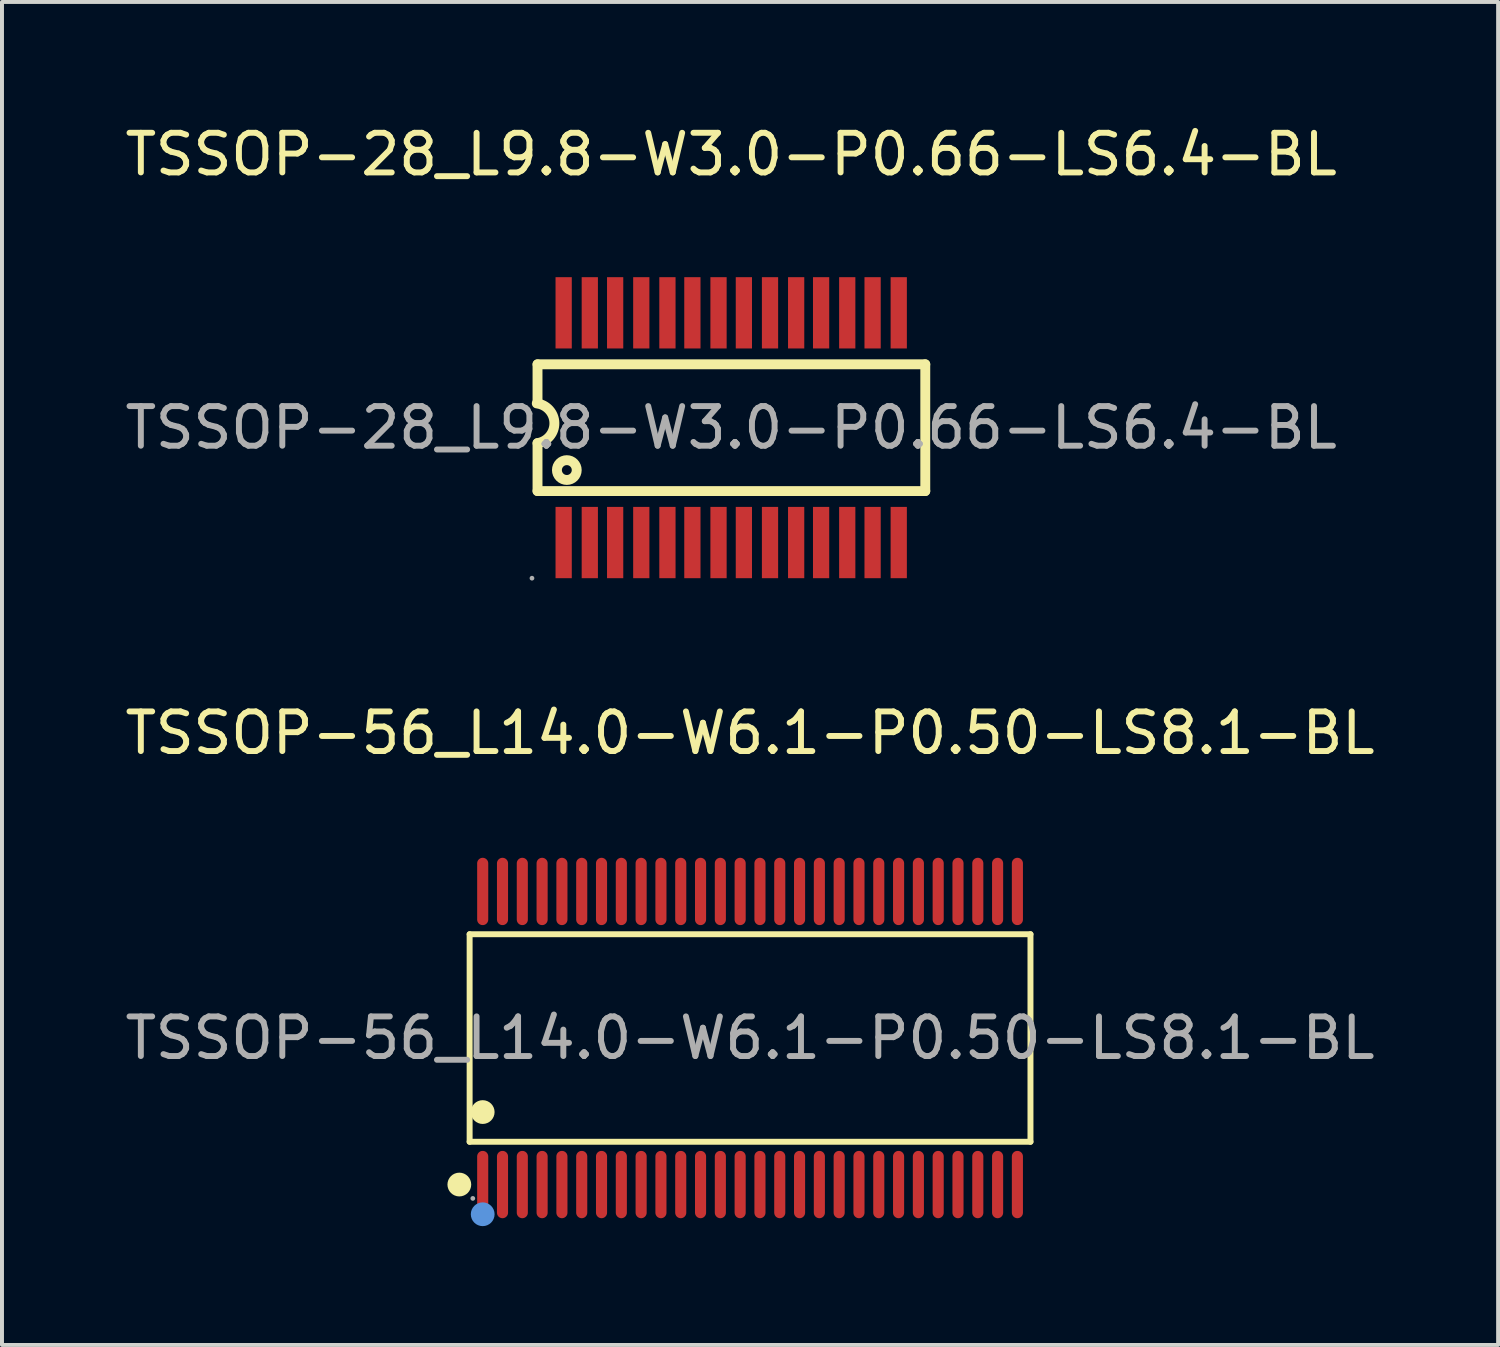
<source format=kicad_pcb>
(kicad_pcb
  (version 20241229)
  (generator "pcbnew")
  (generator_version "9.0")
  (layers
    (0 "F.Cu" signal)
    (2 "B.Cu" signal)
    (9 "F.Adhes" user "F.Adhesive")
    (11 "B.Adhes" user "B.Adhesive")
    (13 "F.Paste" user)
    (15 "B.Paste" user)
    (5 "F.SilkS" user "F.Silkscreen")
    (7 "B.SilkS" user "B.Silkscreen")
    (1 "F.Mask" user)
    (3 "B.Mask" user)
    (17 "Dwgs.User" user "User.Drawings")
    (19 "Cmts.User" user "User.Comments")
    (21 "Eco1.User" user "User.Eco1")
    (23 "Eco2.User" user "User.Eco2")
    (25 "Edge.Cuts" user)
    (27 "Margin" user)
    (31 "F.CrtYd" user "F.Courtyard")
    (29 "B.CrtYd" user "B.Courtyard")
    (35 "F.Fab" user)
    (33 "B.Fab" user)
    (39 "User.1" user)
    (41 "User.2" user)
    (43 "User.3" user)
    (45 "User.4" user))
  (footprint "TSSOP-56_L14.0-W6.1-P0.50-LS8.1-BL"
    (layer "F.Cu")
    (at 15.887 23.157)
    (property "Reference" "TSSOP-56_L14.0-W6.1-P0.50-LS8.1-BL" (at 0 -7.7 0) (layer "F.SilkS") (effects (font (size 1 1) (thickness 0.15))))
    (attr through_hole)
    (fp_line (start -7.08 -2.62) (end 7.08 -2.62) (stroke (width 0.15) (type solid)) (layer "F.SilkS"))
    (fp_line (start -7.08 2.62) (end -7.08 -2.62) (stroke (width 0.15) (type solid)) (layer "F.SilkS"))
    (fp_line (start 7.08 -2.62) (end 7.08 2.62) (stroke (width 0.15) (type solid)) (layer "F.SilkS"))
    (fp_line (start 7.08 2.62) (end -7.08 2.62) (stroke (width 0.15) (type solid)) (layer "F.SilkS"))
    (fp_circle (center -7.34 3.7) (end -7.19 3.7) (stroke (width 0.3) (type solid)) (fill no) (layer "F.SilkS"))
    (fp_circle (center -6.75 1.87) (end -6.6 1.87) (stroke (width 0.3) (type solid)) (fill no) (layer "F.SilkS"))
    (fp_circle (center -6.75 4.45) (end -6.6 4.45) (stroke (width 0.3) (type solid)) (fill no) (layer "Cmts.User"))
    (fp_circle (center -7 4.05) (end -6.97 4.05) (stroke (width 0.06) (type solid)) (fill no) (layer "F.Fab"))
    (fp_text user "${REFERENCE}" (at 0 0 0) (layer "F.Fab") (effects (font (size 1 1) (thickness 0.15))))
    (pad "1" smd oval (at -6.75 3.7) (size 0.28 1.7) (layers "F.Cu" "F.Mask" "F.Paste"))
    (pad "2" smd oval (at -6.25 3.7) (size 0.28 1.7) (layers "F.Cu" "F.Mask" "F.Paste"))
    (pad "3" smd oval (at -5.75 3.7) (size 0.28 1.7) (layers "F.Cu" "F.Mask" "F.Paste"))
    (pad "4" smd oval (at -5.25 3.7) (size 0.28 1.7) (layers "F.Cu" "F.Mask" "F.Paste"))
    (pad "5" smd oval (at -4.75 3.7) (size 0.28 1.7) (layers "F.Cu" "F.Mask" "F.Paste"))
    (pad "6" smd oval (at -4.25 3.7) (size 0.28 1.7) (layers "F.Cu" "F.Mask" "F.Paste"))
    (pad "7" smd oval (at -3.75 3.7) (size 0.28 1.7) (layers "F.Cu" "F.Mask" "F.Paste"))
    (pad "8" smd oval (at -3.25 3.7) (size 0.28 1.7) (layers "F.Cu" "F.Mask" "F.Paste"))
    (pad "9" smd oval (at -2.75 3.7) (size 0.28 1.7) (layers "F.Cu" "F.Mask" "F.Paste"))
    (pad "10" smd oval (at -2.25 3.7) (size 0.28 1.7) (layers "F.Cu" "F.Mask" "F.Paste"))
    (pad "11" smd oval (at -1.75 3.7) (size 0.28 1.7) (layers "F.Cu" "F.Mask" "F.Paste"))
    (pad "12" smd oval (at -1.25 3.7) (size 0.28 1.7) (layers "F.Cu" "F.Mask" "F.Paste"))
    (pad "13" smd oval (at -0.75 3.7) (size 0.28 1.7) (layers "F.Cu" "F.Mask" "F.Paste"))
    (pad "14" smd oval (at -0.25 3.7) (size 0.28 1.7) (layers "F.Cu" "F.Mask" "F.Paste"))
    (pad "15" smd oval (at 0.25 3.7) (size 0.28 1.7) (layers "F.Cu" "F.Mask" "F.Paste"))
    (pad "16" smd oval (at 0.75 3.7) (size 0.28 1.7) (layers "F.Cu" "F.Mask" "F.Paste"))
    (pad "17" smd oval (at 1.25 3.7) (size 0.28 1.7) (layers "F.Cu" "F.Mask" "F.Paste"))
    (pad "18" smd oval (at 1.75 3.7) (size 0.28 1.7) (layers "F.Cu" "F.Mask" "F.Paste"))
    (pad "19" smd oval (at 2.25 3.7) (size 0.28 1.7) (layers "F.Cu" "F.Mask" "F.Paste"))
    (pad "20" smd oval (at 2.75 3.7) (size 0.28 1.7) (layers "F.Cu" "F.Mask" "F.Paste"))
    (pad "21" smd oval (at 3.25 3.7) (size 0.28 1.7) (layers "F.Cu" "F.Mask" "F.Paste"))
    (pad "22" smd oval (at 3.75 3.7) (size 0.28 1.7) (layers "F.Cu" "F.Mask" "F.Paste"))
    (pad "23" smd oval (at 4.25 3.7) (size 0.28 1.7) (layers "F.Cu" "F.Mask" "F.Paste"))
    (pad "24" smd oval (at 4.75 3.7) (size 0.28 1.7) (layers "F.Cu" "F.Mask" "F.Paste"))
    (pad "25" smd oval (at 5.25 3.7) (size 0.28 1.7) (layers "F.Cu" "F.Mask" "F.Paste"))
    (pad "26" smd oval (at 5.75 3.7) (size 0.28 1.7) (layers "F.Cu" "F.Mask" "F.Paste"))
    (pad "27" smd oval (at 6.25 3.7) (size 0.28 1.7) (layers "F.Cu" "F.Mask" "F.Paste"))
    (pad "28" smd oval (at 6.75 3.7) (size 0.28 1.7) (layers "F.Cu" "F.Mask" "F.Paste"))
    (pad "29" smd oval (at 6.75 -3.7) (size 0.28 1.7) (layers "F.Cu" "F.Mask" "F.Paste"))
    (pad "30" smd oval (at 6.25 -3.7) (size 0.28 1.7) (layers "F.Cu" "F.Mask" "F.Paste"))
    (pad "31" smd oval (at 5.75 -3.7) (size 0.28 1.7) (layers "F.Cu" "F.Mask" "F.Paste"))
    (pad "32" smd oval (at 5.25 -3.7) (size 0.28 1.7) (layers "F.Cu" "F.Mask" "F.Paste"))
    (pad "33" smd oval (at 4.75 -3.7) (size 0.28 1.7) (layers "F.Cu" "F.Mask" "F.Paste"))
    (pad "34" smd oval (at 4.25 -3.7) (size 0.28 1.7) (layers "F.Cu" "F.Mask" "F.Paste"))
    (pad "35" smd oval (at 3.75 -3.7) (size 0.28 1.7) (layers "F.Cu" "F.Mask" "F.Paste"))
    (pad "36" smd oval (at 3.25 -3.7) (size 0.28 1.7) (layers "F.Cu" "F.Mask" "F.Paste"))
    (pad "37" smd oval (at 2.75 -3.7) (size 0.28 1.7) (layers "F.Cu" "F.Mask" "F.Paste"))
    (pad "38" smd oval (at 2.25 -3.7) (size 0.28 1.7) (layers "F.Cu" "F.Mask" "F.Paste"))
    (pad "39" smd oval (at 1.75 -3.7) (size 0.28 1.7) (layers "F.Cu" "F.Mask" "F.Paste"))
    (pad "40" smd oval (at 1.25 -3.7) (size 0.28 1.7) (layers "F.Cu" "F.Mask" "F.Paste"))
    (pad "41" smd oval (at 0.75 -3.7) (size 0.28 1.7) (layers "F.Cu" "F.Mask" "F.Paste"))
    (pad "42" smd oval (at 0.25 -3.7) (size 0.28 1.7) (layers "F.Cu" "F.Mask" "F.Paste"))
    (pad "43" smd oval (at -0.25 -3.7) (size 0.28 1.7) (layers "F.Cu" "F.Mask" "F.Paste"))
    (pad "44" smd oval (at -0.75 -3.7) (size 0.28 1.7) (layers "F.Cu" "F.Mask" "F.Paste"))
    (pad "45" smd oval (at -1.25 -3.7) (size 0.28 1.7) (layers "F.Cu" "F.Mask" "F.Paste"))
    (pad "46" smd oval (at -1.75 -3.7) (size 0.28 1.7) (layers "F.Cu" "F.Mask" "F.Paste"))
    (pad "47" smd oval (at -2.25 -3.7) (size 0.28 1.7) (layers "F.Cu" "F.Mask" "F.Paste"))
    (pad "48" smd oval (at -2.75 -3.7) (size 0.28 1.7) (layers "F.Cu" "F.Mask" "F.Paste"))
    (pad "49" smd oval (at -3.25 -3.7) (size 0.28 1.7) (layers "F.Cu" "F.Mask" "F.Paste"))
    (pad "50" smd oval (at -3.75 -3.7) (size 0.28 1.7) (layers "F.Cu" "F.Mask" "F.Paste"))
    (pad "51" smd oval (at -4.25 -3.7) (size 0.28 1.7) (layers "F.Cu" "F.Mask" "F.Paste"))
    (pad "52" smd oval (at -4.75 -3.7) (size 0.28 1.7) (layers "F.Cu" "F.Mask" "F.Paste"))
    (pad "53" smd oval (at -5.25 -3.7) (size 0.28 1.7) (layers "F.Cu" "F.Mask" "F.Paste"))
    (pad "54" smd oval (at -5.75 -3.7) (size 0.28 1.7) (layers "F.Cu" "F.Mask" "F.Paste"))
    (pad "55" smd oval (at -6.25 -3.7) (size 0.28 1.7) (layers "F.Cu" "F.Mask" "F.Paste"))
    (pad "56" smd oval (at -6.75 -3.7) (size 0.28 1.7) (layers "F.Cu" "F.Mask" "F.Paste")))
  (footprint "TSSOP-28_L9.8-W3.0-P0.66-LS6.4-BL"
    (layer "F.Cu")
    (at 15.411 7.748)
    (property "Reference" "TSSOP-28_L9.8-W3.0-P0.66-LS6.4-BL" (at 0 -6.9 0) (layer "F.SilkS") (effects (font (size 1 1) (thickness 0.15))))
    (attr through_hole)
    (fp_line (start -4.89 -1.6) (end -4.89 -0.62) (stroke (width 0.25) (type solid)) (layer "F.SilkS"))
    (fp_line (start -4.89 1.6) (end -4.89 0.39) (stroke (width 0.25) (type solid)) (layer "F.SilkS"))
    (fp_line (start 4.9 -1.6) (end -4.89 -1.6) (stroke (width 0.25) (type solid)) (layer "F.SilkS"))
    (fp_line (start 4.9 1.6) (end -4.89 1.6) (stroke (width 0.25) (type solid)) (layer "F.SilkS"))
    (fp_line (start 4.9 1.6) (end 4.9 -1.6) (stroke (width 0.25) (type solid)) (layer "F.SilkS"))
    (fp_arc (start -4.908556 -0.612618) (mid -4.463727 -0.11937) (end -4.89 0.39) (stroke (width 0.25) (type solid)) (layer "F.SilkS"))
    (fp_circle (center -4.15 1.07) (end -3.9 1.07) (stroke (width 0.25) (type solid)) (fill no) (layer "F.SilkS"))
    (fp_circle (center -5.03 3.8) (end -5 3.8) (stroke (width 0.06) (type solid)) (fill no) (layer "F.Fab"))
    (fp_text user "${REFERENCE}" (at 0 0 0) (layer "F.Fab") (effects (font (size 1 1) (thickness 0.15))))
    (pad "1" smd rect (at -4.23 2.9 90) (size 1.8 0.41) (layers "F.Cu" "F.Mask" "F.Paste"))
    (pad "2" smd rect (at -3.57 2.9 90) (size 1.8 0.41) (layers "F.Cu" "F.Mask" "F.Paste"))
    (pad "3" smd rect (at -2.93 2.9 90) (size 1.8 0.41) (layers "F.Cu" "F.Mask" "F.Paste"))
    (pad "4" smd rect (at -2.27 2.9 90) (size 1.8 0.41) (layers "F.Cu" "F.Mask" "F.Paste"))
    (pad "5" smd rect (at -1.61 2.9 90) (size 1.8 0.41) (layers "F.Cu" "F.Mask" "F.Paste"))
    (pad "6" smd rect (at -0.98 2.9 90) (size 1.8 0.41) (layers "F.Cu" "F.Mask" "F.Paste"))
    (pad "7" smd rect (at -0.32 2.9 90) (size 1.8 0.41) (layers "F.Cu" "F.Mask" "F.Paste"))
    (pad "8" smd rect (at 0.32 2.9 90) (size 1.8 0.41) (layers "F.Cu" "F.Mask" "F.Paste"))
    (pad "9" smd rect (at 0.98 2.9 90) (size 1.8 0.41) (layers "F.Cu" "F.Mask" "F.Paste"))
    (pad "10" smd rect (at 1.64 2.9 90) (size 1.8 0.41) (layers "F.Cu" "F.Mask" "F.Paste"))
    (pad "11" smd rect (at 2.27 2.9 90) (size 1.8 0.41) (layers "F.Cu" "F.Mask" "F.Paste"))
    (pad "12" smd rect (at 2.93 2.9 90) (size 1.8 0.41) (layers "F.Cu" "F.Mask" "F.Paste"))
    (pad "13" smd rect (at 3.57 2.9 90) (size 1.8 0.41) (layers "F.Cu" "F.Mask" "F.Paste"))
    (pad "14" smd rect (at 4.23 2.9 90) (size 1.8 0.41) (layers "F.Cu" "F.Mask" "F.Paste"))
    (pad "15" smd rect (at 4.23 -2.9 90) (size 1.8 0.41) (layers "F.Cu" "F.Mask" "F.Paste"))
    (pad "16" smd rect (at 3.57 -2.9 90) (size 1.8 0.41) (layers "F.Cu" "F.Mask" "F.Paste"))
    (pad "17" smd rect (at 2.93 -2.9 90) (size 1.8 0.41) (layers "F.Cu" "F.Mask" "F.Paste"))
    (pad "18" smd rect (at 2.27 -2.9 90) (size 1.8 0.41) (layers "F.Cu" "F.Mask" "F.Paste"))
    (pad "19" smd rect (at 1.64 -2.9 90) (size 1.8 0.41) (layers "F.Cu" "F.Mask" "F.Paste"))
    (pad "20" smd rect (at 0.98 -2.9 90) (size 1.8 0.41) (layers "F.Cu" "F.Mask" "F.Paste"))
    (pad "21" smd rect (at 0.32 -2.9 90) (size 1.8 0.41) (layers "F.Cu" "F.Mask" "F.Paste"))
    (pad "22" smd rect (at -0.32 -2.9 90) (size 1.8 0.41) (layers "F.Cu" "F.Mask" "F.Paste"))
    (pad "23" smd rect (at -0.98 -2.9 90) (size 1.8 0.41) (layers "F.Cu" "F.Mask" "F.Paste"))
    (pad "24" smd rect (at -1.61 -2.9 90) (size 1.8 0.41) (layers "F.Cu" "F.Mask" "F.Paste"))
    (pad "25" smd rect (at -2.27 -2.9 90) (size 1.8 0.41) (layers "F.Cu" "F.Mask" "F.Paste"))
    (pad "26" smd rect (at -2.93 -2.9 90) (size 1.8 0.41) (layers "F.Cu" "F.Mask" "F.Paste"))
    (pad "27" smd rect (at -3.57 -2.9 90) (size 1.8 0.41) (layers "F.Cu" "F.Mask" "F.Paste"))
    (pad "28" smd rect (at -4.23 -2.9 90) (size 1.8 0.41) (layers "F.Cu" "F.Mask" "F.Paste")))
  (gr_rect
    (start -3 -3)
    (end 34.774 30.907)
    (stroke (width 0.1) (type default))
    (fill no)
    (layer "Edge.Cuts")))
</source>
